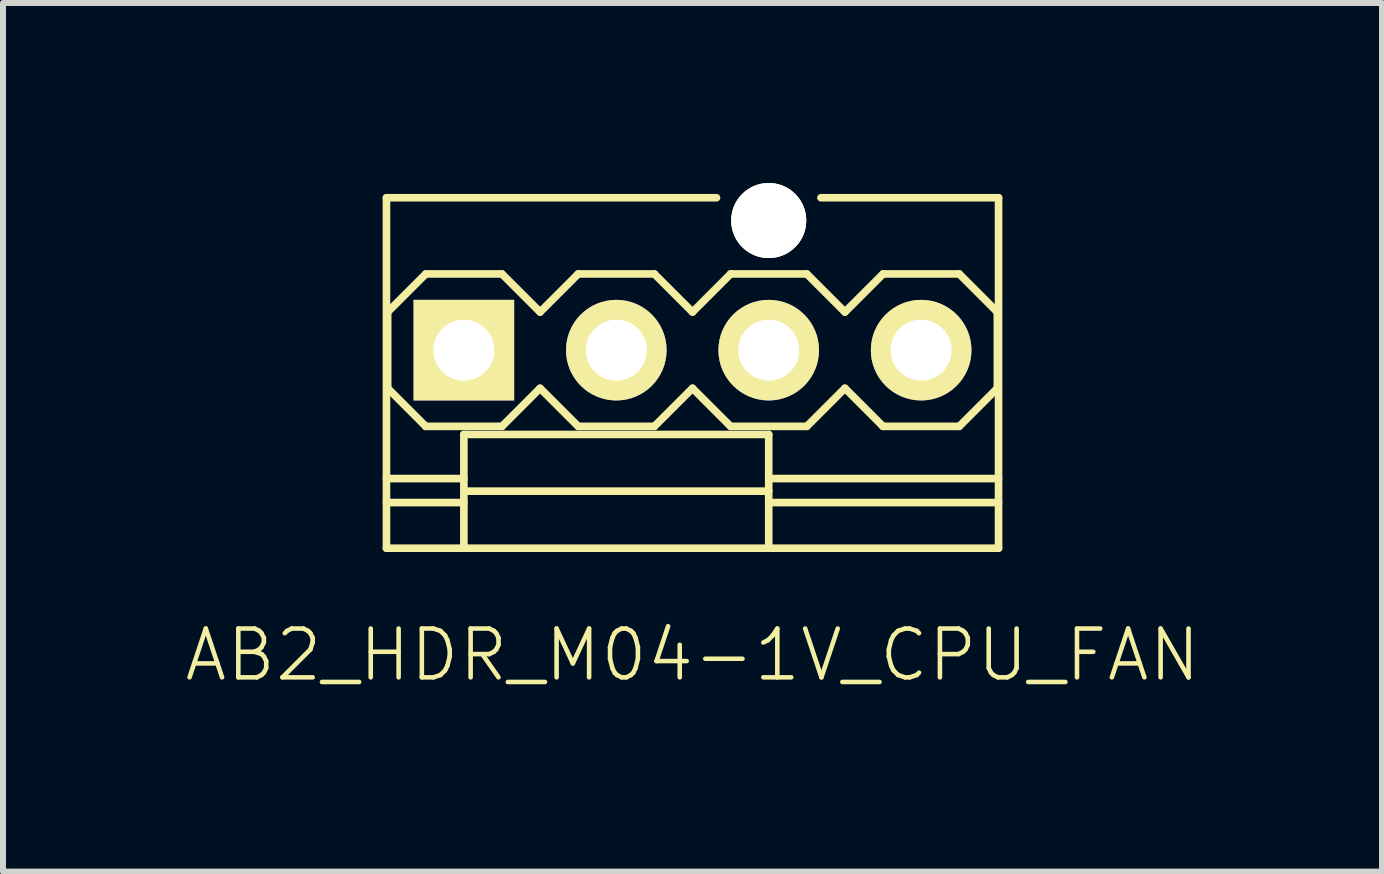
<source format=kicad_pcb>
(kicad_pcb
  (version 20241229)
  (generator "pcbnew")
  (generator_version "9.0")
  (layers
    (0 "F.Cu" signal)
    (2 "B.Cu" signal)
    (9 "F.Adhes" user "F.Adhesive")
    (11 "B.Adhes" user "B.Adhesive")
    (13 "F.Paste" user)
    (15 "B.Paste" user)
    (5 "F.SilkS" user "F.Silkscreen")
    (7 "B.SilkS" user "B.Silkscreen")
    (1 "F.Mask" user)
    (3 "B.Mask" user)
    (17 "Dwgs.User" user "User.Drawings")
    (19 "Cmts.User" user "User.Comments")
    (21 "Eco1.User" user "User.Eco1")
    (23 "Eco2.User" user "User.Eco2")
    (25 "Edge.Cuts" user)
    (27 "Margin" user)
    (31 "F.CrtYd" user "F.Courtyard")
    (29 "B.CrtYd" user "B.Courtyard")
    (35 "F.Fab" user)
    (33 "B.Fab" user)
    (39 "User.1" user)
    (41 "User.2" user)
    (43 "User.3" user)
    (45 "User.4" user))
  (footprint "AB2_HDR_M04-1V_CPU_FAN"
    (layer "F.Cu")
    (at 8.49 2.785)
    (property "Reference" "AB2_HDR_M04-1V_CPU_FAN" (at 0 5.08 0) (layer "F.SilkS") (effects (font (size 0.813 0.813) (thickness 0.076))))
    (attr through_hole)
    (fp_line (start -5.1 -2.54) (end -5.1 3.3) (stroke (width 0.127) (type solid)) (layer "F.SilkS"))
    (fp_line (start -5.1 -2.54) (end 0.4 -2.54) (stroke (width 0.127) (type solid)) (layer "F.SilkS"))
    (fp_line (start -5.1 2.14) (end -3.81 2.14) (stroke (width 0.127) (type solid)) (layer "F.SilkS"))
    (fp_line (start -5.1 2.54) (end -3.81 2.54) (stroke (width 0.127) (type solid)) (layer "F.SilkS"))
    (fp_line (start -5.1 3.3) (end 5.1 3.3) (stroke (width 0.127) (type solid)) (layer "F.SilkS"))
    (fp_line (start -5.08 -0.635) (end -4.445 -1.27) (stroke (width 0.127) (type solid)) (layer "F.SilkS"))
    (fp_line (start -5.08 0.635) (end -5.08 -0.635) (stroke (width 0.127) (type solid)) (layer "F.SilkS"))
    (fp_line (start -4.445 -1.27) (end -3.175 -1.27) (stroke (width 0.127) (type solid)) (layer "F.SilkS"))
    (fp_line (start -4.445 1.27) (end -5.08 0.635) (stroke (width 0.127) (type solid)) (layer "F.SilkS"))
    (fp_line (start -3.81 1.405) (end -3.81 3.3) (stroke (width 0.127) (type solid)) (layer "F.SilkS"))
    (fp_line (start -3.81 1.405) (end 1.27 1.405) (stroke (width 0.127) (type solid)) (layer "F.SilkS"))
    (fp_line (start -3.81 2.35) (end 1.27 2.35) (stroke (width 0.127) (type solid)) (layer "F.SilkS"))
    (fp_line (start -3.175 -1.27) (end -2.54 -0.635) (stroke (width 0.127) (type solid)) (layer "F.SilkS"))
    (fp_line (start -3.175 1.27) (end -4.445 1.27) (stroke (width 0.127) (type solid)) (layer "F.SilkS"))
    (fp_line (start -2.54 -0.635) (end -1.905 -1.27) (stroke (width 0.127) (type solid)) (layer "F.SilkS"))
    (fp_line (start -2.54 0.635) (end -3.175 1.27) (stroke (width 0.127) (type solid)) (layer "F.SilkS"))
    (fp_line (start -1.905 -1.27) (end -0.635 -1.27) (stroke (width 0.127) (type solid)) (layer "F.SilkS"))
    (fp_line (start -1.905 1.27) (end -2.54 0.635) (stroke (width 0.127) (type solid)) (layer "F.SilkS"))
    (fp_line (start -0.635 -1.27) (end 0 -0.635) (stroke (width 0.127) (type solid)) (layer "F.SilkS"))
    (fp_line (start -0.635 1.27) (end -1.905 1.27) (stroke (width 0.127) (type solid)) (layer "F.SilkS"))
    (fp_line (start 0 -0.635) (end 0.635 -1.27) (stroke (width 0.127) (type solid)) (layer "F.SilkS"))
    (fp_line (start 0 0.635) (end -0.635 1.27) (stroke (width 0.127) (type solid)) (layer "F.SilkS"))
    (fp_line (start 0.635 -1.27) (end 1.905 -1.27) (stroke (width 0.127) (type solid)) (layer "F.SilkS"))
    (fp_line (start 0.635 1.27) (end 0 0.635) (stroke (width 0.127) (type solid)) (layer "F.SilkS"))
    (fp_line (start 1.27 1.405) (end 1.27 3.3) (stroke (width 0.127) (type solid)) (layer "F.SilkS"))
    (fp_line (start 1.27 2.14) (end 5.1 2.14) (stroke (width 0.127) (type solid)) (layer "F.SilkS"))
    (fp_line (start 1.27 2.54) (end 5.1 2.54) (stroke (width 0.127) (type solid)) (layer "F.SilkS"))
    (fp_line (start 1.905 -1.27) (end 2.54 -0.635) (stroke (width 0.127) (type solid)) (layer "F.SilkS"))
    (fp_line (start 1.905 1.27) (end 0.635 1.27) (stroke (width 0.127) (type solid)) (layer "F.SilkS"))
    (fp_line (start 2.54 -0.635) (end 3.175 -1.27) (stroke (width 0.127) (type solid)) (layer "F.SilkS"))
    (fp_line (start 2.54 0.635) (end 1.905 1.27) (stroke (width 0.127) (type solid)) (layer "F.SilkS"))
    (fp_line (start 3.175 -1.27) (end 4.445 -1.27) (stroke (width 0.127) (type solid)) (layer "F.SilkS"))
    (fp_line (start 3.175 1.27) (end 2.54 0.635) (stroke (width 0.127) (type solid)) (layer "F.SilkS"))
    (fp_line (start 4.445 -1.27) (end 5.08 -0.635) (stroke (width 0.127) (type solid)) (layer "F.SilkS"))
    (fp_line (start 4.445 1.27) (end 3.175 1.27) (stroke (width 0.127) (type solid)) (layer "F.SilkS"))
    (fp_line (start 5.08 -0.635) (end 5.08 0.635) (stroke (width 0.127) (type solid)) (layer "F.SilkS"))
    (fp_line (start 5.08 0.635) (end 4.445 1.27) (stroke (width 0.127) (type solid)) (layer "F.SilkS"))
    (fp_line (start 5.1 -2.54) (end 2.14 -2.54) (stroke (width 0.127) (type solid)) (layer "F.SilkS"))
    (fp_line (start 5.1 3.3) (end 5.1 -2.54) (stroke (width 0.127) (type solid)) (layer "F.SilkS"))
    (pad "" thru_hole circle (at 1.27 -2.16) (size 1.25 1.25) (drill 1.25) (layers "*.Cu" "*.Mask" "F.SilkS"))
    (pad "1" thru_hole rect (at -3.81 0) (size 1.676 1.676) (drill 1.016) (layers "*.Cu" "*.Mask" "F.SilkS"))
    (pad "2" thru_hole circle (at -1.27 0) (size 1.676 1.676) (drill 1.016) (layers "*.Cu" "*.Mask" "F.SilkS"))
    (pad "3" thru_hole circle (at 1.27 0) (size 1.676 1.676) (drill 1.016) (layers "*.Cu" "*.Mask" "F.SilkS"))
    (pad "4" thru_hole circle (at 3.81 0) (size 1.676 1.676) (drill 1.016) (layers "*.Cu" "*.Mask" "F.SilkS")))
  (gr_rect
    (start -3 -3)
    (end 19.98 11.474)
    (stroke (width 0.1) (type default))
    (fill no)
    (layer "Edge.Cuts")))
</source>
